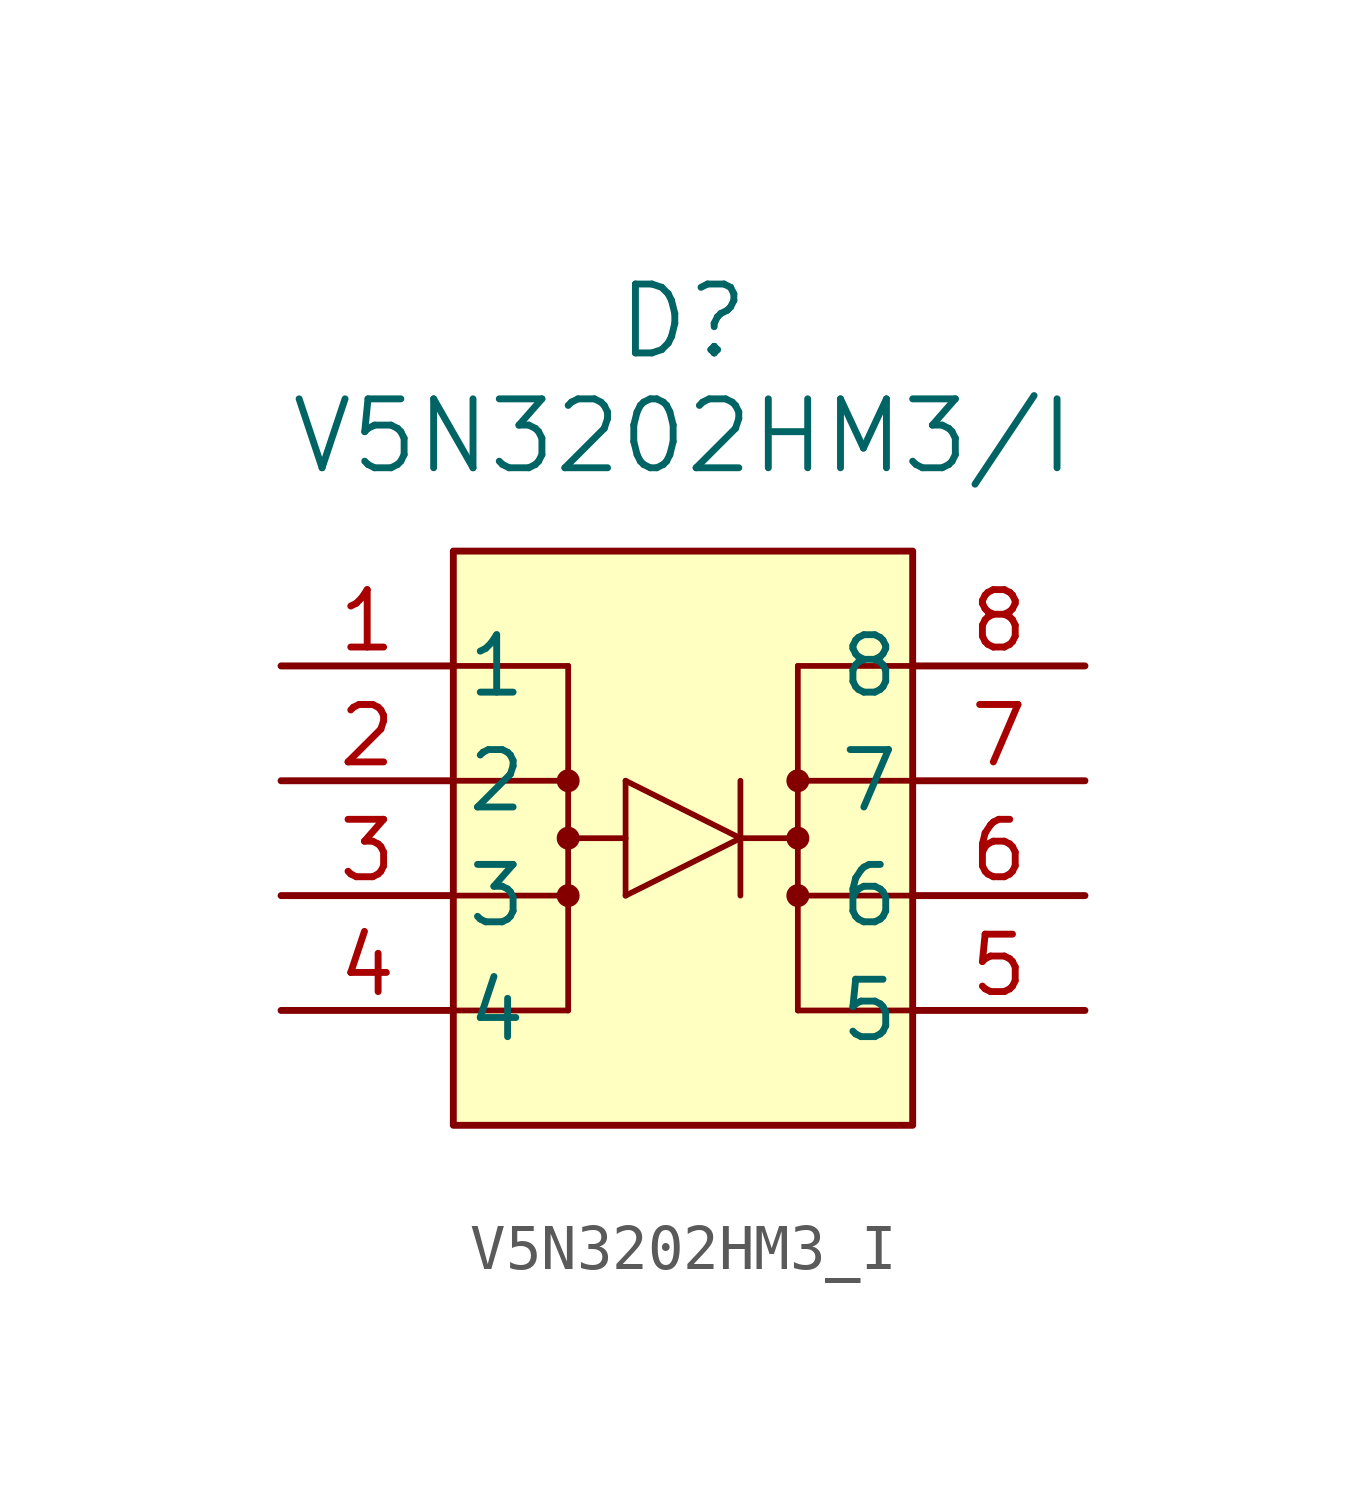
<source format=kicad_sym>
(kicad_symbol_lib
  (version 20241209)
  (generator "kicad_symbol_editor")
  (generator_version "9.0")
  (symbol "V5N3202HM3_I"
    (pin_names
      (offset 0.254))
    (property "Reference" "D"
      (at 12.7 7.62 0)
      (effects (font (size 1.524 1.524))))
    (property "Value" "V5N3202HM3/I"
      (at 12.7 5.08 0)
      (effects (font (size 1.524 1.524))))
    (property "ki_locked" ""
      (at 0 0 0)
      (effects (font (size 1.27 1.27))))
    (symbol "V5N3202HM3_I_0_1"
      (polyline (pts (xy 7.62 0) (xy 10.16 0)) (stroke (width 0.127) (type default)) (fill (type none)))
      (polyline (pts (xy 7.62 -2.54) (xy 10.16 -2.54)) (stroke (width 0.127) (type default)) (fill (type none)))
      (polyline (pts (xy 7.62 -5.08) (xy 10.16 -5.08)) (stroke (width 0.127) (type default)) (fill (type none)))
      (polyline (pts (xy 7.62 -7.62) (xy 10.16 -7.62)) (stroke (width 0.127) (type default)) (fill (type none)))
      (circle (center 10.16 -2.54) (radius 0.127) (stroke (width 0.254) (type default)) (fill (type none)))
      (circle (center 10.16 -3.81) (radius 0.127) (stroke (width 0.254) (type default)) (fill (type none)))
      (polyline (pts (xy 10.16 -5.08) (xy 10.16 0)) (stroke (width 0.127) (type default)) (fill (type none)))
      (circle (center 10.16 -5.08) (radius 0.127) (stroke (width 0.254) (type default)) (fill (type none)))
      (polyline (pts (xy 10.16 -7.62) (xy 10.16 -5.08)) (stroke (width 0.127) (type default)) (fill (type none)))
      (polyline (pts (xy 11.43 -2.54) (xy 11.43 -5.08)) (stroke (width 0.127) (type default)) (fill (type none)))
      (polyline (pts (xy 11.43 -3.81) (xy 10.16 -3.81)) (stroke (width 0.127) (type default)) (fill (type none)))
      (polyline (pts (xy 11.43 -5.08) (xy 13.97 -3.81)) (stroke (width 0.127) (type default)) (fill (type none)))
      (polyline (pts (xy 13.97 -2.54) (xy 13.97 -5.08)) (stroke (width 0.127) (type default)) (fill (type none)))
      (polyline (pts (xy 13.97 -3.81) (xy 11.43 -2.54)) (stroke (width 0.127) (type default)) (fill (type none)))
      (polyline (pts (xy 15.24 0) (xy 15.24 -7.62)) (stroke (width 0.127) (type default)) (fill (type none)))
      (polyline (pts (xy 15.24 0) (xy 17.78 0)) (stroke (width 0.127) (type default)) (fill (type none)))
      (circle (center 15.24 -2.54) (radius 0.127) (stroke (width 0.254) (type default)) (fill (type none)))
      (polyline (pts (xy 15.24 -3.81) (xy 13.97 -3.81)) (stroke (width 0.127) (type default)) (fill (type none)))
      (circle (center 15.24 -3.81) (radius 0.127) (stroke (width 0.254) (type default)) (fill (type none)))
      (circle (center 15.24 -5.08) (radius 0.127) (stroke (width 0.254) (type default)) (fill (type none)))
      (polyline (pts (xy 15.24 -7.62) (xy 17.78 -7.62)) (stroke (width 0.127) (type default)) (fill (type none)))
      (polyline (pts (xy 17.78 -2.54) (xy 15.24 -2.54)) (stroke (width 0.127) (type default)) (fill (type none)))
      (polyline (pts (xy 17.78 -5.08) (xy 15.24 -5.08)) (stroke (width 0.127) (type default)) (fill (type none)))
      (pin unspecified line (at 3.81 0 0) (length 3.81) (name "1" (effects (font (size 1.27 1.27)))) (number "1" (effects (font (size 1.27 1.27)))))
      (pin unspecified line (at 3.81 -2.54 0) (length 3.81) (name "2" (effects (font (size 1.27 1.27)))) (number "2" (effects (font (size 1.27 1.27)))))
      (pin unspecified line (at 3.81 -5.08 0) (length 3.81) (name "3" (effects (font (size 1.27 1.27)))) (number "3" (effects (font (size 1.27 1.27)))))
      (pin unspecified line (at 3.81 -7.62 0) (length 3.81) (name "4" (effects (font (size 1.27 1.27)))) (number "4" (effects (font (size 1.27 1.27)))))
      (pin unspecified line (at 21.59 0 180) (length 3.81) (name "8" (effects (font (size 1.27 1.27)))) (number "8" (effects (font (size 1.27 1.27)))))
      (pin unspecified line (at 21.59 -2.54 180) (length 3.81) (name "7" (effects (font (size 1.27 1.27)))) (number "7" (effects (font (size 1.27 1.27)))))
      (pin unspecified line (at 21.59 -5.08 180) (length 3.81) (name "6" (effects (font (size 1.27 1.27)))) (number "6" (effects (font (size 1.27 1.27)))))
      (pin unspecified line (at 21.59 -7.62 180) (length 3.81) (name "5" (effects (font (size 1.27 1.27)))) (number "5" (effects (font (size 1.27 1.27))))))
    (symbol "V5N3202HM3_I_1_1"
      (rectangle (start 7.62 2.54) (end 17.78 -10.16) (stroke (width 0) (type default)) (fill (type background))))))
</source>
